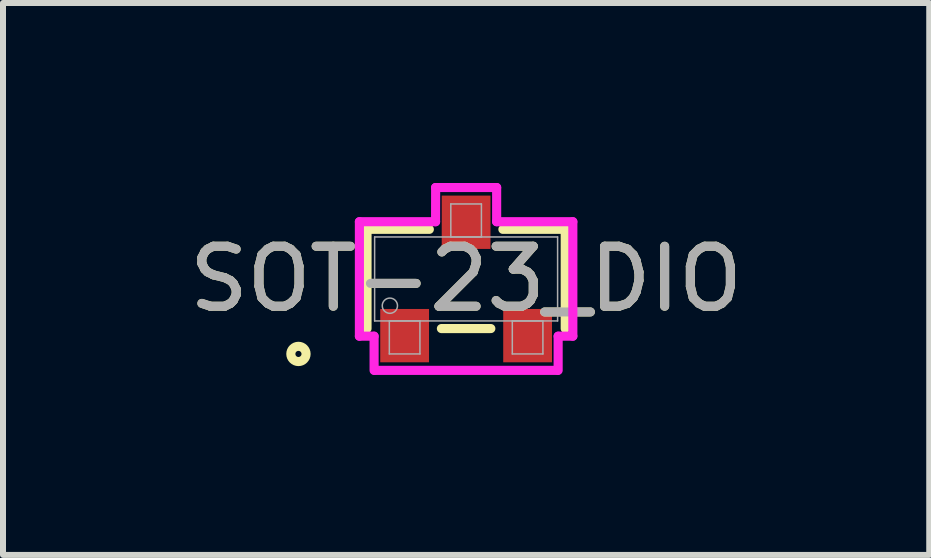
<source format=kicad_pcb>
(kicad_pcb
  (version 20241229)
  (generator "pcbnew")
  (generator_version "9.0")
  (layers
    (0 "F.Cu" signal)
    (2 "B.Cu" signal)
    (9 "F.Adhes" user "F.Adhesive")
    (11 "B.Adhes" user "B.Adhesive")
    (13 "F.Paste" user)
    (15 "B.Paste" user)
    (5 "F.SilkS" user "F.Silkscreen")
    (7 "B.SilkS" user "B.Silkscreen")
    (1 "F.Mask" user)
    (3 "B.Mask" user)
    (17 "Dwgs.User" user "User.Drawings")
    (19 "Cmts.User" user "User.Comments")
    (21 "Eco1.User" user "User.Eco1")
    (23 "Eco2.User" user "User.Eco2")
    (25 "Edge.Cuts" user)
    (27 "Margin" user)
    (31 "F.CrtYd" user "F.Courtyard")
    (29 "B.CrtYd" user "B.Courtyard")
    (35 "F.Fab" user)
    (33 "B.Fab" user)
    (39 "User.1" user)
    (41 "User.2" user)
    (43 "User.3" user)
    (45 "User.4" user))
  (footprint "SOT-23_DIO"
    (layer "F.Cu")
    (at 4.72 1.6)
    (property "Reference" "SOT-23_DIO" (at 0 0 0) (unlocked yes) (layer "F.SilkS") (effects (font (size 1 1) (thickness 0.15))))
    (attr smd)
    (fp_line (start -1.652 -0.827) (end -1.652 0.827) (stroke (width 0.152) (type solid)) (layer "F.SilkS"))
    (fp_line (start -0.613 -0.827) (end -1.652 -0.827) (stroke (width 0.152) (type solid)) (layer "F.SilkS"))
    (fp_line (start -0.412 0.827) (end 0.412 0.827) (stroke (width 0.152) (type solid)) (layer "F.SilkS"))
    (fp_line (start 1.652 -0.827) (end 0.613 -0.827) (stroke (width 0.152) (type solid)) (layer "F.SilkS"))
    (fp_line (start 1.652 0.827) (end 1.652 -0.827) (stroke (width 0.152) (type solid)) (layer "F.SilkS"))
    (fp_circle (center -2.795 1.25) (end -2.668 1.25) (stroke (width 0.152) (type solid)) (fill no) (layer "F.SilkS"))
    (fp_line (start -1.779 -0.954) (end -0.509 -0.954) (stroke (width 0.152) (type solid)) (layer "F.CrtYd"))
    (fp_line (start -1.779 0.954) (end -1.779 -0.954) (stroke (width 0.152) (type solid)) (layer "F.CrtYd"))
    (fp_line (start -1.779 0.954) (end -1.534 0.954) (stroke (width 0.152) (type solid)) (layer "F.CrtYd"))
    (fp_line (start -1.534 0.954) (end -1.534 1.524) (stroke (width 0.152) (type solid)) (layer "F.CrtYd"))
    (fp_line (start -1.524 1.524) (end 1.524 1.524) (stroke (width 0.152) (type solid)) (layer "F.CrtYd"))
    (fp_line (start -0.509 -1.524) (end 0.509 -1.524) (stroke (width 0.152) (type solid)) (layer "F.CrtYd"))
    (fp_line (start -0.509 -0.954) (end -0.508 -1.524) (stroke (width 0.152) (type solid)) (layer "F.CrtYd"))
    (fp_line (start 0.509 -0.954) (end 0.509 -1.524) (stroke (width 0.152) (type solid)) (layer "F.CrtYd"))
    (fp_line (start 1.534 0.954) (end 1.534 1.524) (stroke (width 0.152) (type solid)) (layer "F.CrtYd"))
    (fp_line (start 1.779 -0.954) (end 0.509 -0.954) (stroke (width 0.152) (type solid)) (layer "F.CrtYd"))
    (fp_line (start 1.779 -0.954) (end 1.779 0.954) (stroke (width 0.152) (type solid)) (layer "F.CrtYd"))
    (fp_line (start 1.779 0.954) (end 1.534 0.954) (stroke (width 0.152) (type solid)) (layer "F.CrtYd"))
    (fp_line (start -1.525 -0.7) (end -1.525 0.7) (stroke (width 0.025) (type solid)) (layer "F.Fab"))
    (fp_line (start -1.525 0.7) (end 1.525 0.7) (stroke (width 0.025) (type solid)) (layer "F.Fab"))
    (fp_line (start -1.28 0.7) (end -1.28 1.25) (stroke (width 0.025) (type solid)) (layer "F.Fab"))
    (fp_line (start -1.28 1.25) (end -0.77 1.25) (stroke (width 0.025) (type solid)) (layer "F.Fab"))
    (fp_line (start -0.77 0.7) (end -1.28 0.7) (stroke (width 0.025) (type solid)) (layer "F.Fab"))
    (fp_line (start -0.77 1.25) (end -0.77 0.7) (stroke (width 0.025) (type solid)) (layer "F.Fab"))
    (fp_line (start -0.255 -1.25) (end -0.255 -0.7) (stroke (width 0.025) (type solid)) (layer "F.Fab"))
    (fp_line (start -0.255 -0.7) (end 0.255 -0.7) (stroke (width 0.025) (type solid)) (layer "F.Fab"))
    (fp_line (start 0.255 -1.25) (end -0.255 -1.25) (stroke (width 0.025) (type solid)) (layer "F.Fab"))
    (fp_line (start 0.255 -0.7) (end 0.255 -1.25) (stroke (width 0.025) (type solid)) (layer "F.Fab"))
    (fp_line (start 0.77 0.7) (end 0.77 1.25) (stroke (width 0.025) (type solid)) (layer "F.Fab"))
    (fp_line (start 0.77 1.25) (end 1.28 1.25) (stroke (width 0.025) (type solid)) (layer "F.Fab"))
    (fp_line (start 1.28 0.7) (end 0.77 0.7) (stroke (width 0.025) (type solid)) (layer "F.Fab"))
    (fp_line (start 1.28 1.25) (end 1.28 0.7) (stroke (width 0.025) (type solid)) (layer "F.Fab"))
    (fp_line (start 1.525 -0.7) (end -1.525 -0.7) (stroke (width 0.025) (type solid)) (layer "F.Fab"))
    (fp_line (start 1.525 0.7) (end 1.525 -0.7) (stroke (width 0.025) (type solid)) (layer "F.Fab"))
    (fp_circle (center -1.271 0.446) (end -1.144 0.446) (stroke (width 0.025) (type solid)) (fill no) (layer "F.Fab"))
    (fp_text user "${REFERENCE}" (at 0 0 0) (unlocked yes) (layer "F.Fab") (effects (font (size 1 1) (thickness 0.15))))
    (pad "1" smd rect (at -1.025 0.945) (size 0.813 0.889) (layers "F.Cu" "F.Mask" "F.Paste"))
    (pad "2" smd rect (at 1.025 0.945) (size 0.813 0.889) (layers "F.Cu" "F.Mask" "F.Paste"))
    (pad "3" smd rect (at 0 -0.945) (size 0.813 0.889) (layers "F.Cu" "F.Mask" "F.Paste")))
  (gr_rect
    (start -3 -3)
    (end 12.44 6.2)
    (stroke (width 0.1) (type default))
    (fill no)
    (layer "Edge.Cuts")))
</source>
